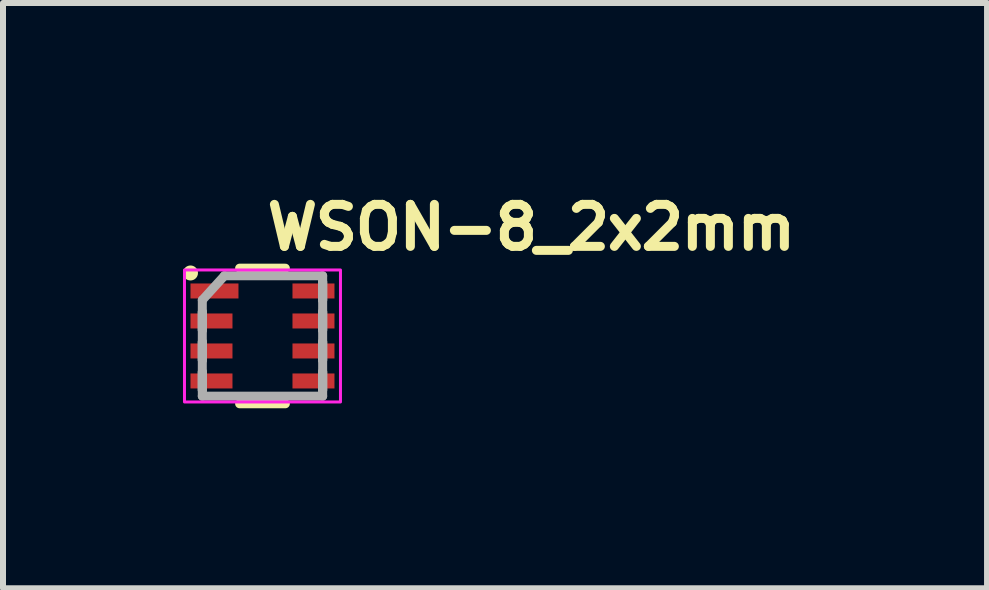
<source format=kicad_pcb>
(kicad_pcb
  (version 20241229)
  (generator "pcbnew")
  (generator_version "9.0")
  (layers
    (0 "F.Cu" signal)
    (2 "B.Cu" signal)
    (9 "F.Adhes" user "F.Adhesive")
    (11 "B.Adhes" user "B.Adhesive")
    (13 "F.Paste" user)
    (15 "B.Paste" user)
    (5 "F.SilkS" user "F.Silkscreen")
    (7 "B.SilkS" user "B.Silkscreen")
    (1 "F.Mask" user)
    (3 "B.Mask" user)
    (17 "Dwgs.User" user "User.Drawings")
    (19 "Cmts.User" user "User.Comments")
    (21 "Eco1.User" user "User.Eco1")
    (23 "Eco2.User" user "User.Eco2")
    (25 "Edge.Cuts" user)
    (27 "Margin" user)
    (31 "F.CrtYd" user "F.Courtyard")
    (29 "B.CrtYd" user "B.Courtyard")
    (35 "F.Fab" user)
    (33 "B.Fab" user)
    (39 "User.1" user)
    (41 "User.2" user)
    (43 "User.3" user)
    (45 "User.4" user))
  (footprint "WSON-8_2x2mm"
    (layer "F.Cu")
    (at 1.325 2.55)
    (property "Reference" "WSON-8_2x2mm" (at 0 -1.4 0) (unlocked yes) (layer "F.SilkS") (effects (font (size 0.7 0.7) (thickness 0.15)) (justify left bottom)))
    (attr smd)
    (fp_line (start -0.381 -1.13) (end 0.381 -1.13) (stroke (width 0.15) (type solid)) (layer "F.SilkS"))
    (fp_line (start -0.381 1.13) (end 0.381 1.13) (stroke (width 0.15) (type solid)) (layer "F.SilkS"))
    (fp_circle (center -1.2 -1.05) (end -1.15 -1.05) (stroke (width 0.15) (type solid)) (fill yes) (layer "F.SilkS"))
    (fp_rect (start -1.3 -1.1) (end 1.3 1.1) (stroke (width 0.05) (type solid)) (fill no) (layer "F.CrtYd"))
    (fp_line (start -1.003 -0.598) (end -1.003 1.003) (stroke (width 0.15) (type solid)) (layer "F.Fab"))
    (fp_line (start -1.003 -0.598) (end -0.635 -1.003) (stroke (width 0.15) (type solid)) (layer "F.Fab"))
    (fp_line (start -1.003 -0.402) (end -1.003 -0.098) (stroke (width 0.15) (type solid)) (layer "F.Fab"))
    (fp_line (start -1.003 -0.402) (end -1.003 -0.098) (stroke (width 0.15) (type solid)) (layer "F.Fab"))
    (fp_line (start -1.003 0.098) (end -1.003 0.402) (stroke (width 0.15) (type solid)) (layer "F.Fab"))
    (fp_line (start -1.003 0.098) (end -1.003 0.402) (stroke (width 0.15) (type solid)) (layer "F.Fab"))
    (fp_line (start -1.003 0.598) (end -1.003 0.902) (stroke (width 0.15) (type solid)) (layer "F.Fab"))
    (fp_line (start -1.003 0.598) (end -1.003 0.902) (stroke (width 0.15) (type solid)) (layer "F.Fab"))
    (fp_line (start -1.003 1.003) (end 1.003 1.003) (stroke (width 0.15) (type solid)) (layer "F.Fab"))
    (fp_line (start -0.635 -1.003) (end 1.003 -1.003) (stroke (width 0.15) (type solid)) (layer "F.Fab"))
    (fp_line (start 1.003 -1.003) (end 1.003 1.003) (stroke (width 0.15) (type solid)) (layer "F.Fab"))
    (fp_line (start 1.003 -0.902) (end 1.003 -0.598) (stroke (width 0.15) (type solid)) (layer "F.Fab"))
    (fp_line (start 1.003 -0.902) (end 1.003 -0.598) (stroke (width 0.15) (type solid)) (layer "F.Fab"))
    (fp_line (start 1.003 -0.402) (end 1.003 -0.098) (stroke (width 0.15) (type solid)) (layer "F.Fab"))
    (fp_line (start 1.003 -0.402) (end 1.003 -0.098) (stroke (width 0.15) (type solid)) (layer "F.Fab"))
    (fp_line (start 1.003 0.098) (end 1.003 0.402) (stroke (width 0.15) (type solid)) (layer "F.Fab"))
    (fp_line (start 1.003 0.098) (end 1.003 0.402) (stroke (width 0.15) (type solid)) (layer "F.Fab"))
    (fp_line (start 1.003 0.598) (end 1.003 0.902) (stroke (width 0.15) (type solid)) (layer "F.Fab"))
    (fp_line (start 1.003 0.598) (end 1.003 0.902) (stroke (width 0.15) (type solid)) (layer "F.Fab"))
    (fp_rect (start -1.003 -1.003) (end 1.003 1.003) (stroke (width 0.1) (type solid)) (fill no) (layer "User.5"))
    (fp_line (start -1.003 -1.003) (end -1.003 1.003) (stroke (width 0.02) (type solid)) (layer "User.9"))
    (fp_line (start -1.003 1.003) (end 1.003 1.003) (stroke (width 0.02) (type solid)) (layer "User.9"))
    (fp_line (start -0.853 -0.758) (end -0.853 -0.755) (stroke (width 0.02) (type solid)) (layer "User.9"))
    (fp_line (start -0.853 -0.755) (end -0.853 -0.753) (stroke (width 0.02) (type solid)) (layer "User.9"))
    (fp_line (start -0.853 -0.753) (end -0.853 -0.75) (stroke (width 0.02) (type solid)) (layer "User.9"))
    (fp_line (start -0.853 -0.75) (end -0.853 -0.75) (stroke (width 0.02) (type solid)) (layer "User.9"))
    (fp_line (start -0.853 -0.75) (end -0.853 -0.747) (stroke (width 0.02) (type solid)) (layer "User.9"))
    (fp_line (start -0.853 -0.747) (end -0.853 -0.745) (stroke (width 0.02) (type solid)) (layer "User.9"))
    (fp_line (start -0.853 -0.745) (end -0.853 -0.742) (stroke (width 0.02) (type solid)) (layer "User.9"))
    (fp_line (start -0.853 -0.742) (end -0.852 -0.74) (stroke (width 0.02) (type solid)) (layer "User.9"))
    (fp_line (start -0.852 -0.763) (end -0.852 -0.76) (stroke (width 0.02) (type solid)) (layer "User.9"))
    (fp_line (start -0.852 -0.76) (end -0.853 -0.758) (stroke (width 0.02) (type solid)) (layer "User.9"))
    (fp_line (start -0.852 -0.74) (end -0.852 -0.737) (stroke (width 0.02) (type solid)) (layer "User.9"))
    (fp_line (start -0.852 -0.737) (end -0.851 -0.735) (stroke (width 0.02) (type solid)) (layer "User.9"))
    (fp_line (start -0.851 -0.765) (end -0.852 -0.763) (stroke (width 0.02) (type solid)) (layer "User.9"))
    (fp_line (start -0.851 -0.735) (end -0.85 -0.733) (stroke (width 0.02) (type solid)) (layer "User.9"))
    (fp_line (start -0.85 -0.767) (end -0.851 -0.765) (stroke (width 0.02) (type solid)) (layer "User.9"))
    (fp_line (start -0.85 -0.733) (end -0.849 -0.73) (stroke (width 0.02) (type solid)) (layer "User.9"))
    (fp_line (start -0.849 -0.77) (end -0.85 -0.767) (stroke (width 0.02) (type solid)) (layer "User.9"))
    (fp_line (start -0.849 -0.73) (end -0.848 -0.728) (stroke (width 0.02) (type solid)) (layer "User.9"))
    (fp_line (start -0.848 -0.772) (end -0.849 -0.77) (stroke (width 0.02) (type solid)) (layer "User.9"))
    (fp_line (start -0.848 -0.728) (end -0.847 -0.726) (stroke (width 0.02) (type solid)) (layer "User.9"))
    (fp_line (start -0.847 -0.774) (end -0.848 -0.772) (stroke (width 0.02) (type solid)) (layer "User.9"))
    (fp_line (start -0.847 -0.726) (end -0.846 -0.724) (stroke (width 0.02) (type solid)) (layer "User.9"))
    (fp_line (start -0.846 -0.776) (end -0.847 -0.774) (stroke (width 0.02) (type solid)) (layer "User.9"))
    (fp_line (start -0.846 -0.724) (end -0.845 -0.722) (stroke (width 0.02) (type solid)) (layer "User.9"))
    (fp_line (start -0.845 -0.778) (end -0.846 -0.776) (stroke (width 0.02) (type solid)) (layer "User.9"))
    (fp_line (start -0.845 -0.722) (end -0.843 -0.72) (stroke (width 0.02) (type solid)) (layer "User.9"))
    (fp_line (start -0.843 -0.78) (end -0.845 -0.778) (stroke (width 0.02) (type solid)) (layer "User.9"))
    (fp_line (start -0.843 -0.72) (end -0.842 -0.718) (stroke (width 0.02) (type solid)) (layer "User.9"))
    (fp_line (start -0.842 -0.782) (end -0.843 -0.78) (stroke (width 0.02) (type solid)) (layer "User.9"))
    (fp_line (start -0.842 -0.718) (end -0.84 -0.716) (stroke (width 0.02) (type solid)) (layer "User.9"))
    (fp_line (start -0.84 -0.784) (end -0.842 -0.782) (stroke (width 0.02) (type solid)) (layer "User.9"))
    (fp_line (start -0.84 -0.716) (end -0.838 -0.715) (stroke (width 0.02) (type solid)) (layer "User.9"))
    (fp_line (start -0.838 -0.785) (end -0.84 -0.784) (stroke (width 0.02) (type solid)) (layer "User.9"))
    (fp_line (start -0.838 -0.715) (end -0.837 -0.713) (stroke (width 0.02) (type solid)) (layer "User.9"))
    (fp_line (start -0.837 -0.787) (end -0.838 -0.785) (stroke (width 0.02) (type solid)) (layer "User.9"))
    (fp_line (start -0.837 -0.713) (end -0.835 -0.711) (stroke (width 0.02) (type solid)) (layer "User.9"))
    (fp_line (start -0.835 -0.789) (end -0.837 -0.787) (stroke (width 0.02) (type solid)) (layer "User.9"))
    (fp_line (start -0.835 -0.711) (end -0.833 -0.71) (stroke (width 0.02) (type solid)) (layer "User.9"))
    (fp_line (start -0.833 -0.79) (end -0.835 -0.789) (stroke (width 0.02) (type solid)) (layer "User.9"))
    (fp_line (start -0.833 -0.71) (end -0.831 -0.708) (stroke (width 0.02) (type solid)) (layer "User.9"))
    (fp_line (start -0.831 -0.792) (end -0.833 -0.79) (stroke (width 0.02) (type solid)) (layer "User.9"))
    (fp_line (start -0.831 -0.708) (end -0.829 -0.707) (stroke (width 0.02) (type solid)) (layer "User.9"))
    (fp_line (start -0.829 -0.793) (end -0.831 -0.792) (stroke (width 0.02) (type solid)) (layer "User.9"))
    (fp_line (start -0.829 -0.707) (end -0.827 -0.706) (stroke (width 0.02) (type solid)) (layer "User.9"))
    (fp_line (start -0.827 -0.794) (end -0.829 -0.793) (stroke (width 0.02) (type solid)) (layer "User.9"))
    (fp_line (start -0.827 -0.706) (end -0.825 -0.705) (stroke (width 0.02) (type solid)) (layer "User.9"))
    (fp_line (start -0.825 -0.795) (end -0.827 -0.794) (stroke (width 0.02) (type solid)) (layer "User.9"))
    (fp_line (start -0.825 -0.705) (end -0.823 -0.704) (stroke (width 0.02) (type solid)) (layer "User.9"))
    (fp_line (start -0.823 -0.796) (end -0.825 -0.795) (stroke (width 0.02) (type solid)) (layer "User.9"))
    (fp_line (start -0.823 -0.704) (end -0.82 -0.703) (stroke (width 0.02) (type solid)) (layer "User.9"))
    (fp_line (start -0.82 -0.797) (end -0.823 -0.796) (stroke (width 0.02) (type solid)) (layer "User.9"))
    (fp_line (start -0.82 -0.703) (end -0.818 -0.702) (stroke (width 0.02) (type solid)) (layer "User.9"))
    (fp_line (start -0.818 -0.798) (end -0.82 -0.797) (stroke (width 0.02) (type solid)) (layer "User.9"))
    (fp_line (start -0.818 -0.702) (end -0.816 -0.701) (stroke (width 0.02) (type solid)) (layer "User.9"))
    (fp_line (start -0.816 -0.799) (end -0.818 -0.798) (stroke (width 0.02) (type solid)) (layer "User.9"))
    (fp_line (start -0.816 -0.701) (end -0.813 -0.701) (stroke (width 0.02) (type solid)) (layer "User.9"))
    (fp_line (start -0.813 -0.799) (end -0.816 -0.799) (stroke (width 0.02) (type solid)) (layer "User.9"))
    (fp_line (start -0.813 -0.701) (end -0.811 -0.7) (stroke (width 0.02) (type solid)) (layer "User.9"))
    (fp_line (start -0.811 -0.8) (end -0.813 -0.799) (stroke (width 0.02) (type solid)) (layer "User.9"))
    (fp_line (start -0.811 -0.7) (end -0.808 -0.7) (stroke (width 0.02) (type solid)) (layer "User.9"))
    (fp_line (start -0.808 -0.8) (end -0.811 -0.8) (stroke (width 0.02) (type solid)) (layer "User.9"))
    (fp_line (start -0.808 -0.7) (end -0.806 -0.7) (stroke (width 0.02) (type solid)) (layer "User.9"))
    (fp_line (start -0.806 -0.8) (end -0.808 -0.8) (stroke (width 0.02) (type solid)) (layer "User.9"))
    (fp_line (start -0.806 -0.7) (end -0.803 -0.7) (stroke (width 0.02) (type solid)) (layer "User.9"))
    (fp_line (start -0.803 -0.8) (end -0.806 -0.8) (stroke (width 0.02) (type solid)) (layer "User.9"))
    (fp_line (start -0.803 -0.8) (end -0.803 -0.8) (stroke (width 0.02) (type solid)) (layer "User.9"))
    (fp_line (start -0.803 -0.7) (end -0.803 -0.7) (stroke (width 0.02) (type solid)) (layer "User.9"))
    (fp_line (start -0.803 -0.7) (end -0.8 -0.7) (stroke (width 0.02) (type solid)) (layer "User.9"))
    (fp_line (start -0.8 -0.8) (end -0.803 -0.8) (stroke (width 0.02) (type solid)) (layer "User.9"))
    (fp_line (start -0.8 -0.7) (end -0.798 -0.7) (stroke (width 0.02) (type solid)) (layer "User.9"))
    (fp_line (start -0.798 -0.8) (end -0.8 -0.8) (stroke (width 0.02) (type solid)) (layer "User.9"))
    (fp_line (start -0.798 -0.7) (end -0.795 -0.7) (stroke (width 0.02) (type solid)) (layer "User.9"))
    (fp_line (start -0.795 -0.8) (end -0.798 -0.8) (stroke (width 0.02) (type solid)) (layer "User.9"))
    (fp_line (start -0.795 -0.7) (end -0.793 -0.701) (stroke (width 0.02) (type solid)) (layer "User.9"))
    (fp_line (start -0.793 -0.799) (end -0.795 -0.8) (stroke (width 0.02) (type solid)) (layer "User.9"))
    (fp_line (start -0.793 -0.701) (end -0.79 -0.701) (stroke (width 0.02) (type solid)) (layer "User.9"))
    (fp_line (start -0.79 -0.799) (end -0.793 -0.799) (stroke (width 0.02) (type solid)) (layer "User.9"))
    (fp_line (start -0.79 -0.701) (end -0.788 -0.702) (stroke (width 0.02) (type solid)) (layer "User.9"))
    (fp_line (start -0.788 -0.798) (end -0.79 -0.799) (stroke (width 0.02) (type solid)) (layer "User.9"))
    (fp_line (start -0.788 -0.702) (end -0.786 -0.703) (stroke (width 0.02) (type solid)) (layer "User.9"))
    (fp_line (start -0.786 -0.797) (end -0.788 -0.798) (stroke (width 0.02) (type solid)) (layer "User.9"))
    (fp_line (start -0.786 -0.703) (end -0.783 -0.704) (stroke (width 0.02) (type solid)) (layer "User.9"))
    (fp_line (start -0.783 -0.796) (end -0.786 -0.797) (stroke (width 0.02) (type solid)) (layer "User.9"))
    (fp_line (start -0.783 -0.704) (end -0.781 -0.705) (stroke (width 0.02) (type solid)) (layer "User.9"))
    (fp_line (start -0.781 -0.795) (end -0.783 -0.796) (stroke (width 0.02) (type solid)) (layer "User.9"))
    (fp_line (start -0.781 -0.705) (end -0.779 -0.706) (stroke (width 0.02) (type solid)) (layer "User.9"))
    (fp_line (start -0.779 -0.794) (end -0.781 -0.795) (stroke (width 0.02) (type solid)) (layer "User.9"))
    (fp_line (start -0.779 -0.706) (end -0.777 -0.707) (stroke (width 0.02) (type solid)) (layer "User.9"))
    (fp_line (start -0.777 -0.793) (end -0.779 -0.794) (stroke (width 0.02) (type solid)) (layer "User.9"))
    (fp_line (start -0.777 -0.707) (end -0.775 -0.708) (stroke (width 0.02) (type solid)) (layer "User.9"))
    (fp_line (start -0.775 -0.792) (end -0.777 -0.793) (stroke (width 0.02) (type solid)) (layer "User.9"))
    (fp_line (start -0.775 -0.708) (end -0.773 -0.71) (stroke (width 0.02) (type solid)) (layer "User.9"))
    (fp_line (start -0.773 -0.79) (end -0.775 -0.792) (stroke (width 0.02) (type solid)) (layer "User.9"))
    (fp_line (start -0.773 -0.71) (end -0.771 -0.711) (stroke (width 0.02) (type solid)) (layer "User.9"))
    (fp_line (start -0.771 -0.789) (end -0.773 -0.79) (stroke (width 0.02) (type solid)) (layer "User.9"))
    (fp_line (start -0.771 -0.711) (end -0.769 -0.713) (stroke (width 0.02) (type solid)) (layer "User.9"))
    (fp_line (start -0.769 -0.787) (end -0.771 -0.789) (stroke (width 0.02) (type solid)) (layer "User.9"))
    (fp_line (start -0.769 -0.713) (end -0.768 -0.715) (stroke (width 0.02) (type solid)) (layer "User.9"))
    (fp_line (start -0.768 -0.785) (end -0.769 -0.787) (stroke (width 0.02) (type solid)) (layer "User.9"))
    (fp_line (start -0.768 -0.715) (end -0.766 -0.716) (stroke (width 0.02) (type solid)) (layer "User.9"))
    (fp_line (start -0.766 -0.784) (end -0.768 -0.785) (stroke (width 0.02) (type solid)) (layer "User.9"))
    (fp_line (start -0.766 -0.716) (end -0.764 -0.718) (stroke (width 0.02) (type solid)) (layer "User.9"))
    (fp_line (start -0.764 -0.782) (end -0.766 -0.784) (stroke (width 0.02) (type solid)) (layer "User.9"))
    (fp_line (start -0.764 -0.718) (end -0.763 -0.72) (stroke (width 0.02) (type solid)) (layer "User.9"))
    (fp_line (start -0.763 -0.78) (end -0.764 -0.782) (stroke (width 0.02) (type solid)) (layer "User.9"))
    (fp_line (start -0.763 -0.72) (end -0.761 -0.722) (stroke (width 0.02) (type solid)) (layer "User.9"))
    (fp_line (start -0.761 -0.778) (end -0.763 -0.78) (stroke (width 0.02) (type solid)) (layer "User.9"))
    (fp_line (start -0.761 -0.722) (end -0.76 -0.724) (stroke (width 0.02) (type solid)) (layer "User.9"))
    (fp_line (start -0.76 -0.776) (end -0.761 -0.778) (stroke (width 0.02) (type solid)) (layer "User.9"))
    (fp_line (start -0.76 -0.724) (end -0.759 -0.726) (stroke (width 0.02) (type solid)) (layer "User.9"))
    (fp_line (start -0.759 -0.774) (end -0.76 -0.776) (stroke (width 0.02) (type solid)) (layer "User.9"))
    (fp_line (start -0.759 -0.726) (end -0.758 -0.728) (stroke (width 0.02) (type solid)) (layer "User.9"))
    (fp_line (start -0.758 -0.772) (end -0.759 -0.774) (stroke (width 0.02) (type solid)) (layer "User.9"))
    (fp_line (start -0.758 -0.728) (end -0.757 -0.73) (stroke (width 0.02) (type solid)) (layer "User.9"))
    (fp_line (start -0.757 -0.77) (end -0.758 -0.772) (stroke (width 0.02) (type solid)) (layer "User.9"))
    (fp_line (start -0.757 -0.73) (end -0.756 -0.733) (stroke (width 0.02) (type solid)) (layer "User.9"))
    (fp_line (start -0.756 -0.767) (end -0.757 -0.77) (stroke (width 0.02) (type solid)) (layer "User.9"))
    (fp_line (start -0.756 -0.733) (end -0.755 -0.735) (stroke (width 0.02) (type solid)) (layer "User.9"))
    (fp_line (start -0.755 -0.765) (end -0.756 -0.767) (stroke (width 0.02) (type solid)) (layer "User.9"))
    (fp_line (start -0.755 -0.735) (end -0.754 -0.737) (stroke (width 0.02) (type solid)) (layer "User.9"))
    (fp_line (start -0.754 -0.763) (end -0.755 -0.765) (stroke (width 0.02) (type solid)) (layer "User.9"))
    (fp_line (start -0.754 -0.76) (end -0.754 -0.763) (stroke (width 0.02) (type solid)) (layer "User.9"))
    (fp_line (start -0.754 -0.74) (end -0.753 -0.742) (stroke (width 0.02) (type solid)) (layer "User.9"))
    (fp_line (start -0.754 -0.737) (end -0.754 -0.74) (stroke (width 0.02) (type solid)) (layer "User.9"))
    (fp_line (start -0.753 -0.758) (end -0.754 -0.76) (stroke (width 0.02) (type solid)) (layer "User.9"))
    (fp_line (start -0.753 -0.755) (end -0.753 -0.758) (stroke (width 0.02) (type solid)) (layer "User.9"))
    (fp_line (start -0.753 -0.753) (end -0.753 -0.755) (stroke (width 0.02) (type solid)) (layer "User.9"))
    (fp_line (start -0.753 -0.75) (end -0.753 -0.753) (stroke (width 0.02) (type solid)) (layer "User.9"))
    (fp_line (start -0.753 -0.75) (end -0.753 -0.75) (stroke (width 0.02) (type solid)) (layer "User.9"))
    (fp_line (start -0.753 -0.75) (end -0.753 -0.75) (stroke (width 0.02) (type solid)) (layer "User.9"))
    (fp_line (start -0.753 -0.747) (end -0.753 -0.75) (stroke (width 0.02) (type solid)) (layer "User.9"))
    (fp_line (start -0.753 -0.745) (end -0.753 -0.747) (stroke (width 0.02) (type solid)) (layer "User.9"))
    (fp_line (start -0.753 -0.742) (end -0.753 -0.745) (stroke (width 0.02) (type solid)) (layer "User.9"))
    (fp_line (start 1.003 -1.003) (end -1.003 -1.003) (stroke (width 0.02) (type solid)) (layer "User.9"))
    (fp_line (start 1.003 1.003) (end 1.003 -1.003) (stroke (width 0.02) (type solid)) (layer "User.9"))
    (fp_line (start 1.003 1.003) (end 1.003 -1.003) (stroke (width 0.02) (type solid)) (layer "User.9"))
    (pad "1" smd rect (at -0.8 -0.75 270) (size 0.25 0.8) (layers "F.Cu" "F.Mask" "F.Paste"))
    (pad "2" smd rect (at -0.85 -0.25 270) (size 0.25 0.7) (layers "F.Cu" "F.Mask" "F.Paste"))
    (pad "3" smd rect (at -0.85 0.25 270) (size 0.25 0.7) (layers "F.Cu" "F.Mask" "F.Paste"))
    (pad "4" smd rect (at -0.85 0.75 270) (size 0.25 0.7) (layers "F.Cu" "F.Mask" "F.Paste"))
    (pad "5" smd rect (at 0.85 0.75 270) (size 0.25 0.7) (layers "F.Cu" "F.Mask" "F.Paste"))
    (pad "6" smd rect (at 0.85 0.25 270) (size 0.25 0.7) (layers "F.Cu" "F.Mask" "F.Paste"))
    (pad "7" smd rect (at 0.85 -0.25 270) (size 0.25 0.7) (layers "F.Cu" "F.Mask" "F.Paste"))
    (pad "8" smd rect (at 0.85 -0.75 270) (size 0.25 0.7) (layers "F.Cu" "F.Mask" "F.Paste")))
  (gr_rect
    (start -3 -3)
    (end 13.402 6.755)
    (stroke (width 0.1) (type default))
    (fill no)
    (layer "Edge.Cuts")))
</source>
